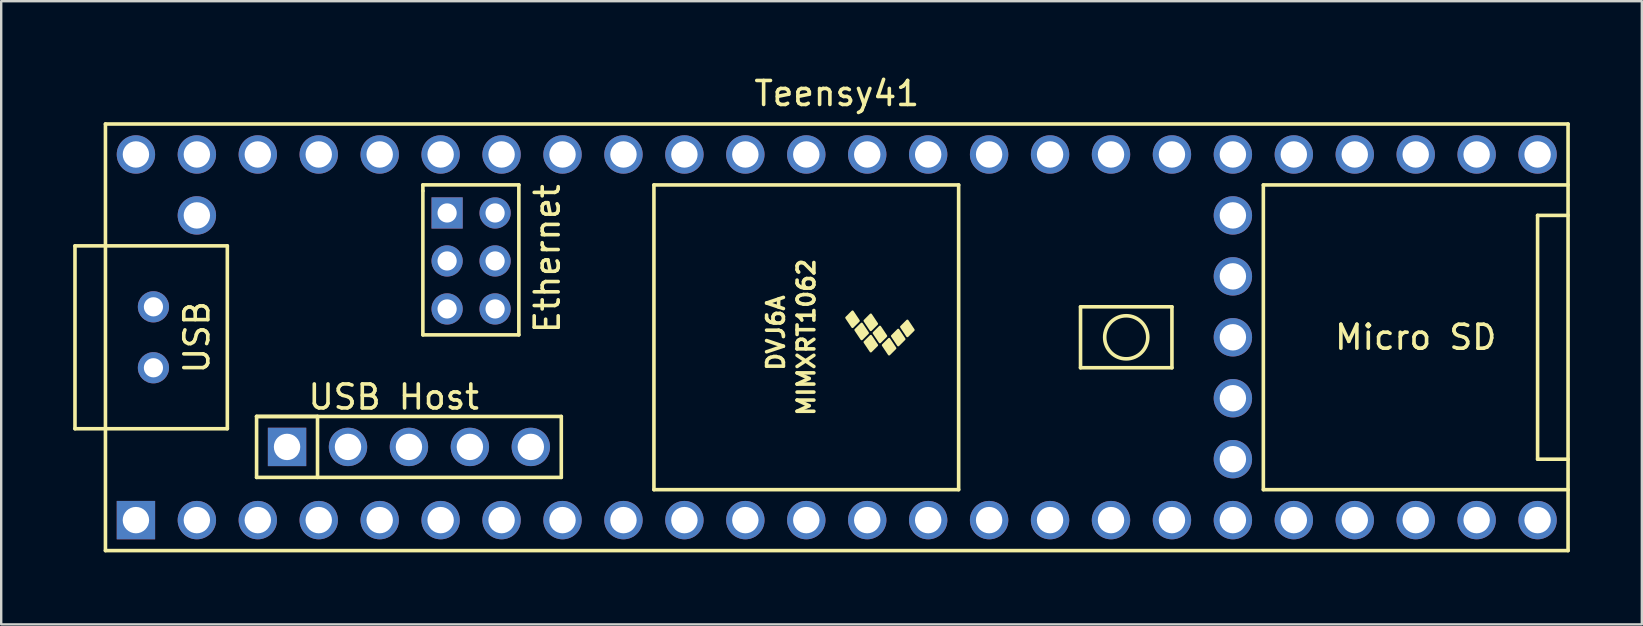
<source format=kicad_pcb>
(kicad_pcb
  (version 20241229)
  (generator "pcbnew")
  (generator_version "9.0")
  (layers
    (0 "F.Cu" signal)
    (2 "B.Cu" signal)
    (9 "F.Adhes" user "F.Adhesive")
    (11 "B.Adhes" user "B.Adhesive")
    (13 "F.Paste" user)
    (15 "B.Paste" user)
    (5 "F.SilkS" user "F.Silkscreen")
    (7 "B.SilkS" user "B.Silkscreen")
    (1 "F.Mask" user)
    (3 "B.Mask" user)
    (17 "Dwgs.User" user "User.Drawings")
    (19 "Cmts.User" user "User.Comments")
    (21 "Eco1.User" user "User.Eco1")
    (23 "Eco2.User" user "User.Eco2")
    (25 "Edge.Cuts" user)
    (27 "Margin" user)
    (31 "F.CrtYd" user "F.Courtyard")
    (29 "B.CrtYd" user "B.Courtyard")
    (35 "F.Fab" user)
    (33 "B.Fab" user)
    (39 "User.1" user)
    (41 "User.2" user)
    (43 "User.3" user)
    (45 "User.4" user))
  (footprint "Teensy41"
    (layer "F.Cu")
    (at 31.825 11.008)
    (property "Reference" "Teensy41" (at 0 -10.16 0) (layer "F.SilkS") (effects (font (size 1 1) (thickness 0.15))))
    (attr through_hole)
    (fp_line (start -31.75 -3.81) (end -30.48 -3.81) (stroke (width 0.15) (type solid)) (layer "F.SilkS"))
    (fp_line (start -31.75 3.81) (end -31.75 -3.81) (stroke (width 0.15) (type solid)) (layer "F.SilkS"))
    (fp_line (start -30.48 -8.89) (end 30.48 -8.89) (stroke (width 0.15) (type solid)) (layer "F.SilkS"))
    (fp_line (start -30.48 3.81) (end -31.75 3.81) (stroke (width 0.15) (type solid)) (layer "F.SilkS"))
    (fp_line (start -30.48 8.89) (end -30.48 -8.89) (stroke (width 0.15) (type solid)) (layer "F.SilkS"))
    (fp_line (start -25.4 -3.81) (end -30.48 -3.81) (stroke (width 0.15) (type solid)) (layer "F.SilkS"))
    (fp_line (start -25.4 3.81) (end -30.48 3.81) (stroke (width 0.15) (type solid)) (layer "F.SilkS"))
    (fp_line (start -25.4 3.81) (end -25.4 -3.81) (stroke (width 0.15) (type solid)) (layer "F.SilkS"))
    (fp_line (start -24.181 3.299) (end -21.641 3.299) (stroke (width 0.15) (type solid)) (layer "F.SilkS"))
    (fp_line (start -24.181 3.299) (end -11.481 3.299) (stroke (width 0.15) (type solid)) (layer "F.SilkS"))
    (fp_line (start -24.181 5.839) (end -24.181 3.299) (stroke (width 0.15) (type solid)) (layer "F.SilkS"))
    (fp_line (start -21.641 3.299) (end -21.641 5.839) (stroke (width 0.15) (type solid)) (layer "F.SilkS"))
    (fp_line (start -17.25 -6.352) (end -17.25 -6.102) (stroke (width 0.15) (type solid)) (layer "F.SilkS"))
    (fp_line (start -17.25 -6.102) (end -17.25 -0.102) (stroke (width 0.15) (type solid)) (layer "F.SilkS"))
    (fp_line (start -17.25 -0.102) (end -13.25 -0.102) (stroke (width 0.15) (type solid)) (layer "F.SilkS"))
    (fp_line (start -13.25 -6.352) (end -17.25 -6.352) (stroke (width 0.15) (type solid)) (layer "F.SilkS"))
    (fp_line (start -13.25 -0.102) (end -13.25 -6.352) (stroke (width 0.15) (type solid)) (layer "F.SilkS"))
    (fp_line (start -11.481 3.299) (end -11.481 5.839) (stroke (width 0.15) (type solid)) (layer "F.SilkS"))
    (fp_line (start -11.481 5.839) (end -24.181 5.839) (stroke (width 0.15) (type solid)) (layer "F.SilkS"))
    (fp_line (start -7.62 -6.35) (end -7.62 6.35) (stroke (width 0.15) (type solid)) (layer "F.SilkS"))
    (fp_line (start -7.62 6.35) (end 5.08 6.35) (stroke (width 0.15) (type solid)) (layer "F.SilkS"))
    (fp_line (start 5.08 -6.35) (end -7.62 -6.35) (stroke (width 0.15) (type solid)) (layer "F.SilkS"))
    (fp_line (start 5.08 6.35) (end 5.08 -6.35) (stroke (width 0.15) (type solid)) (layer "F.SilkS"))
    (fp_line (start 10.16 -1.27) (end 13.97 -1.27) (stroke (width 0.15) (type solid)) (layer "F.SilkS"))
    (fp_line (start 10.16 1.27) (end 10.16 -1.27) (stroke (width 0.15) (type solid)) (layer "F.SilkS"))
    (fp_line (start 13.97 -1.27) (end 13.97 1.27) (stroke (width 0.15) (type solid)) (layer "F.SilkS"))
    (fp_line (start 13.97 1.27) (end 10.16 1.27) (stroke (width 0.15) (type solid)) (layer "F.SilkS"))
    (fp_line (start 17.78 -6.35) (end 17.78 6.35) (stroke (width 0.15) (type solid)) (layer "F.SilkS"))
    (fp_line (start 17.78 6.35) (end 30.48 6.35) (stroke (width 0.15) (type solid)) (layer "F.SilkS"))
    (fp_line (start 29.21 -5.08) (end 29.21 5.08) (stroke (width 0.15) (type solid)) (layer "F.SilkS"))
    (fp_line (start 29.21 5.08) (end 30.48 5.08) (stroke (width 0.15) (type solid)) (layer "F.SilkS"))
    (fp_line (start 30.48 -8.89) (end 30.48 8.89) (stroke (width 0.15) (type solid)) (layer "F.SilkS"))
    (fp_line (start 30.48 -6.35) (end 17.78 -6.35) (stroke (width 0.15) (type solid)) (layer "F.SilkS"))
    (fp_line (start 30.48 -5.08) (end 29.21 -5.08) (stroke (width 0.15) (type solid)) (layer "F.SilkS"))
    (fp_line (start 30.48 8.89) (end -30.48 8.89) (stroke (width 0.15) (type solid)) (layer "F.SilkS"))
    (fp_circle (center 12.065 0) (end 12.7 -0.635) (stroke (width 0.15) (type solid)) (fill no) (layer "F.SilkS"))
    (fp_poly (pts (xy 0.911 -0.688) (xy 0.657 -0.434) (xy 0.403 -0.815) (xy 0.657 -1.069)) (stroke (width 0.1) (type solid)) (fill yes) (layer "F.SilkS"))
    (fp_poly (pts (xy 1.292 -0.18) (xy 1.038 0.074) (xy 0.784 -0.307) (xy 1.038 -0.561)) (stroke (width 0.1) (type solid)) (fill yes) (layer "F.SilkS"))
    (fp_poly (pts (xy 1.673 -0.561) (xy 1.419 -0.307) (xy 1.165 -0.688) (xy 1.419 -0.942)) (stroke (width 0.1) (type solid)) (fill yes) (layer "F.SilkS"))
    (fp_poly (pts (xy 1.673 0.328) (xy 1.419 0.582) (xy 1.165 0.201) (xy 1.419 -0.053)) (stroke (width 0.1) (type solid)) (fill yes) (layer "F.SilkS"))
    (fp_poly (pts (xy 2.054 -0.053) (xy 1.8 0.201) (xy 1.546 -0.18) (xy 1.8 -0.434)) (stroke (width 0.1) (type solid)) (fill yes) (layer "F.SilkS"))
    (fp_poly (pts (xy 2.435 0.455) (xy 2.181 0.709) (xy 1.927 0.328) (xy 2.181 0.074)) (stroke (width 0.1) (type solid)) (fill yes) (layer "F.SilkS"))
    (fp_poly (pts (xy 2.816 0.074) (xy 2.562 0.328) (xy 2.308 -0.053) (xy 2.562 -0.307)) (stroke (width 0.1) (type solid)) (fill yes) (layer "F.SilkS"))
    (fp_poly (pts (xy 3.197 -0.307) (xy 2.943 -0.053) (xy 2.689 -0.434) (xy 2.943 -0.688)) (stroke (width 0.1) (type solid)) (fill yes) (layer "F.SilkS"))
    (fp_text user "DVJ6A" (at -2.54 -0.18 270) (layer "F.SilkS") (effects (font (size 0.7 0.7) (thickness 0.15))))
    (fp_text user "USB Host" (at -18.466 2.489 0) (layer "F.SilkS") (effects (font (size 1 1) (thickness 0.15))))
    (fp_text user "MIMXRT1062" (at -1.27 0 270) (layer "F.SilkS") (effects (font (size 0.7 0.7) (thickness 0.15))))
    (fp_text user "Micro SD" (at 24.13 0 0) (layer "F.SilkS") (effects (font (size 1 1) (thickness 0.15))))
    (fp_text user "Ethernet" (at -12.065 -3.277 90) (layer "F.SilkS") (effects (font (size 1 1) (thickness 0.15))))
    (fp_text user "USB" (at -26.67 0 270) (layer "F.SilkS") (effects (font (size 1 1) (thickness 0.15))))
    (pad "1" thru_hole rect (at -29.21 7.62) (size 1.6 1.6) (drill 1.1) (layers "*.Cu" "*.Mask"))
    (pad "2" thru_hole circle (at -26.67 7.62) (size 1.6 1.6) (drill 1.1) (layers "*.Cu" "*.Mask"))
    (pad "3" thru_hole circle (at -24.13 7.62) (size 1.6 1.6) (drill 1.1) (layers "*.Cu" "*.Mask"))
    (pad "4" thru_hole circle (at -21.59 7.62) (size 1.6 1.6) (drill 1.1) (layers "*.Cu" "*.Mask"))
    (pad "5" thru_hole circle (at -19.05 7.62) (size 1.6 1.6) (drill 1.1) (layers "*.Cu" "*.Mask"))
    (pad "6" thru_hole circle (at -16.51 7.62) (size 1.6 1.6) (drill 1.1) (layers "*.Cu" "*.Mask"))
    (pad "7" thru_hole circle (at -13.97 7.62) (size 1.6 1.6) (drill 1.1) (layers "*.Cu" "*.Mask"))
    (pad "8" thru_hole circle (at -11.43 7.62) (size 1.6 1.6) (drill 1.1) (layers "*.Cu" "*.Mask"))
    (pad "9" thru_hole circle (at -8.89 7.62) (size 1.6 1.6) (drill 1.1) (layers "*.Cu" "*.Mask"))
    (pad "10" thru_hole circle (at -6.35 7.62) (size 1.6 1.6) (drill 1.1) (layers "*.Cu" "*.Mask"))
    (pad "11" thru_hole circle (at -3.81 7.62) (size 1.6 1.6) (drill 1.1) (layers "*.Cu" "*.Mask"))
    (pad "12" thru_hole circle (at -1.27 7.62) (size 1.6 1.6) (drill 1.1) (layers "*.Cu" "*.Mask"))
    (pad "13" thru_hole circle (at 1.27 7.62) (size 1.6 1.6) (drill 1.1) (layers "*.Cu" "*.Mask"))
    (pad "14" thru_hole circle (at 3.81 7.62) (size 1.6 1.6) (drill 1.1) (layers "*.Cu" "*.Mask"))
    (pad "15" thru_hole circle (at 6.35 7.62) (size 1.6 1.6) (drill 1.1) (layers "*.Cu" "*.Mask"))
    (pad "16" thru_hole circle (at 8.89 7.62) (size 1.6 1.6) (drill 1.1) (layers "*.Cu" "*.Mask"))
    (pad "17" thru_hole circle (at 11.43 7.62) (size 1.6 1.6) (drill 1.1) (layers "*.Cu" "*.Mask"))
    (pad "18" thru_hole circle (at 13.97 7.62) (size 1.6 1.6) (drill 1.1) (layers "*.Cu" "*.Mask"))
    (pad "19" thru_hole circle (at 16.51 7.62) (size 1.6 1.6) (drill 1.1) (layers "*.Cu" "*.Mask"))
    (pad "20" thru_hole circle (at 19.05 7.62) (size 1.6 1.6) (drill 1.1) (layers "*.Cu" "*.Mask"))
    (pad "21" thru_hole circle (at 21.59 7.62) (size 1.6 1.6) (drill 1.1) (layers "*.Cu" "*.Mask"))
    (pad "22" thru_hole circle (at 24.13 7.62) (size 1.6 1.6) (drill 1.1) (layers "*.Cu" "*.Mask"))
    (pad "23" thru_hole circle (at 26.67 7.62) (size 1.6 1.6) (drill 1.1) (layers "*.Cu" "*.Mask"))
    (pad "24" thru_hole circle (at 29.21 7.62) (size 1.6 1.6) (drill 1.1) (layers "*.Cu" "*.Mask"))
    (pad "25" thru_hole circle (at 29.21 -7.62) (size 1.6 1.6) (drill 1.1) (layers "*.Cu" "*.Mask"))
    (pad "26" thru_hole circle (at 26.67 -7.62) (size 1.6 1.6) (drill 1.1) (layers "*.Cu" "*.Mask"))
    (pad "27" thru_hole circle (at 24.13 -7.62) (size 1.6 1.6) (drill 1.1) (layers "*.Cu" "*.Mask"))
    (pad "28" thru_hole circle (at 21.59 -7.62) (size 1.6 1.6) (drill 1.1) (layers "*.Cu" "*.Mask"))
    (pad "29" thru_hole circle (at 19.05 -7.62) (size 1.6 1.6) (drill 1.1) (layers "*.Cu" "*.Mask"))
    (pad "30" thru_hole circle (at 16.51 -7.62) (size 1.6 1.6) (drill 1.1) (layers "*.Cu" "*.Mask"))
    (pad "31" thru_hole circle (at 13.97 -7.62) (size 1.6 1.6) (drill 1.1) (layers "*.Cu" "*.Mask"))
    (pad "32" thru_hole circle (at 11.43 -7.62) (size 1.6 1.6) (drill 1.1) (layers "*.Cu" "*.Mask"))
    (pad "33" thru_hole circle (at 8.89 -7.62) (size 1.6 1.6) (drill 1.1) (layers "*.Cu" "*.Mask"))
    (pad "34" thru_hole circle (at 6.35 -7.62) (size 1.6 1.6) (drill 1.1) (layers "*.Cu" "*.Mask"))
    (pad "35" thru_hole circle (at 3.81 -7.62) (size 1.6 1.6) (drill 1.1) (layers "*.Cu" "*.Mask"))
    (pad "36" thru_hole circle (at 1.27 -7.62) (size 1.6 1.6) (drill 1.1) (layers "*.Cu" "*.Mask"))
    (pad "37" thru_hole circle (at -1.27 -7.62) (size 1.6 1.6) (drill 1.1) (layers "*.Cu" "*.Mask"))
    (pad "38" thru_hole circle (at -3.81 -7.62) (size 1.6 1.6) (drill 1.1) (layers "*.Cu" "*.Mask"))
    (pad "39" thru_hole circle (at -6.35 -7.62) (size 1.6 1.6) (drill 1.1) (layers "*.Cu" "*.Mask"))
    (pad "40" thru_hole circle (at -8.89 -7.62) (size 1.6 1.6) (drill 1.1) (layers "*.Cu" "*.Mask"))
    (pad "41" thru_hole circle (at -11.43 -7.62) (size 1.6 1.6) (drill 1.1) (layers "*.Cu" "*.Mask"))
    (pad "42" thru_hole circle (at -13.97 -7.62) (size 1.6 1.6) (drill 1.1) (layers "*.Cu" "*.Mask"))
    (pad "43" thru_hole circle (at -16.51 -7.62) (size 1.6 1.6) (drill 1.1) (layers "*.Cu" "*.Mask"))
    (pad "44" thru_hole circle (at -19.05 -7.62) (size 1.6 1.6) (drill 1.1) (layers "*.Cu" "*.Mask"))
    (pad "45" thru_hole circle (at -21.59 -7.62) (size 1.6 1.6) (drill 1.1) (layers "*.Cu" "*.Mask"))
    (pad "46" thru_hole circle (at -24.13 -7.62) (size 1.6 1.6) (drill 1.1) (layers "*.Cu" "*.Mask"))
    (pad "47" thru_hole circle (at -26.67 -7.62) (size 1.6 1.6) (drill 1.1) (layers "*.Cu" "*.Mask"))
    (pad "48" thru_hole circle (at -29.21 -7.62) (size 1.6 1.6) (drill 1.1) (layers "*.Cu" "*.Mask"))
    (pad "49" thru_hole circle (at -26.67 -5.08) (size 1.6 1.6) (drill 1.1) (layers "*.Cu" "*.Mask"))
    (pad "50" thru_hole circle (at 16.51 5.08) (size 1.6 1.6) (drill 1.1) (layers "*.Cu" "*.Mask"))
    (pad "51" thru_hole circle (at 16.51 2.54) (size 1.6 1.6) (drill 1.1) (layers "*.Cu" "*.Mask"))
    (pad "52" thru_hole circle (at 16.51 0) (size 1.6 1.6) (drill 1.1) (layers "*.Cu" "*.Mask"))
    (pad "53" thru_hole circle (at 16.51 -2.54) (size 1.6 1.6) (drill 1.1) (layers "*.Cu" "*.Mask"))
    (pad "54" thru_hole circle (at 16.51 -5.08) (size 1.6 1.6) (drill 1.1) (layers "*.Cu" "*.Mask"))
    (pad "55" thru_hole rect (at -22.911 4.569) (size 1.6 1.6) (drill 1.1) (layers "*.Cu" "*.Mask"))
    (pad "56" thru_hole circle (at -20.371 4.569) (size 1.6 1.6) (drill 1.1) (layers "*.Cu" "*.Mask"))
    (pad "57" thru_hole circle (at -17.831 4.569) (size 1.6 1.6) (drill 1.1) (layers "*.Cu" "*.Mask"))
    (pad "58" thru_hole circle (at -15.291 4.569) (size 1.6 1.6) (drill 1.1) (layers "*.Cu" "*.Mask"))
    (pad "59" thru_hole circle (at -12.751 4.569) (size 1.6 1.6) (drill 1.1) (layers "*.Cu" "*.Mask"))
    (pad "60" thru_hole rect (at -16.24 -5.182) (size 1.3 1.3) (drill 0.8) (layers "*.Cu" "*.Mask"))
    (pad "61" thru_hole circle (at -16.24 -3.182) (size 1.3 1.3) (drill 0.8) (layers "*.Cu" "*.Mask"))
    (pad "62" thru_hole circle (at -16.24 -1.182) (size 1.3 1.3) (drill 0.8) (layers "*.Cu" "*.Mask"))
    (pad "63" thru_hole circle (at -14.24 -1.182) (size 1.3 1.3) (drill 0.8) (layers "*.Cu" "*.Mask"))
    (pad "64" thru_hole circle (at -14.24 -3.182) (size 1.3 1.3) (drill 0.8) (layers "*.Cu" "*.Mask"))
    (pad "65" thru_hole circle (at -14.24 -5.182) (size 1.3 1.3) (drill 0.8) (layers "*.Cu" "*.Mask"))
    (pad "66" thru_hole circle (at -28.48 -1.27) (size 1.3 1.3) (drill 0.8) (layers "*.Cu" "*.Mask"))
    (pad "67" thru_hole circle (at -28.48 1.27) (size 1.3 1.3) (drill 0.8) (layers "*.Cu" "*.Mask")))
  (gr_rect
    (start -3 -3)
    (end 65.38 22.973)
    (stroke (width 0.1) (type default))
    (fill no)
    (layer "Edge.Cuts")))
</source>
